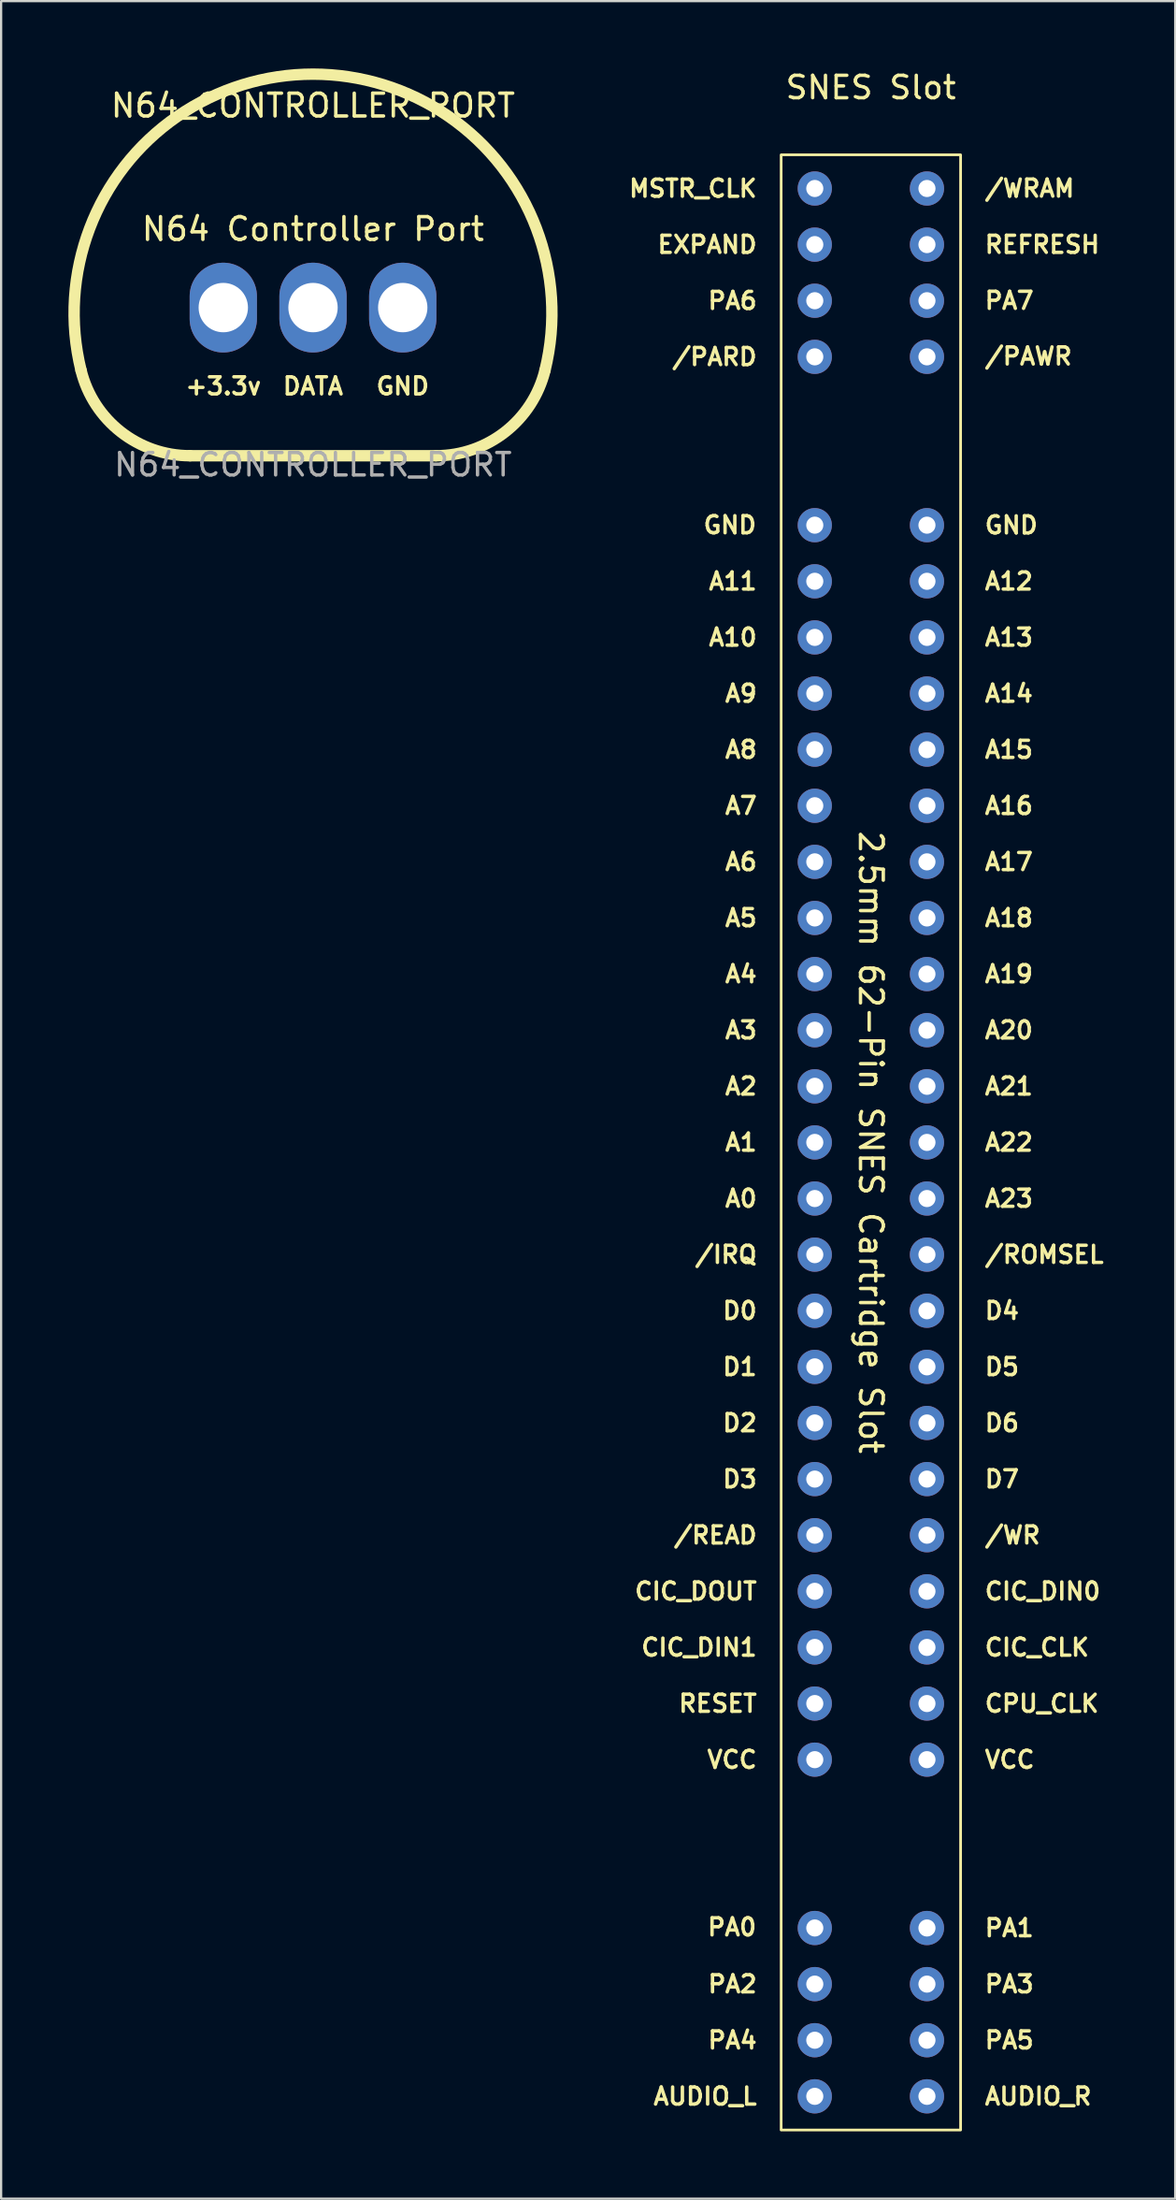
<source format=kicad_pcb>
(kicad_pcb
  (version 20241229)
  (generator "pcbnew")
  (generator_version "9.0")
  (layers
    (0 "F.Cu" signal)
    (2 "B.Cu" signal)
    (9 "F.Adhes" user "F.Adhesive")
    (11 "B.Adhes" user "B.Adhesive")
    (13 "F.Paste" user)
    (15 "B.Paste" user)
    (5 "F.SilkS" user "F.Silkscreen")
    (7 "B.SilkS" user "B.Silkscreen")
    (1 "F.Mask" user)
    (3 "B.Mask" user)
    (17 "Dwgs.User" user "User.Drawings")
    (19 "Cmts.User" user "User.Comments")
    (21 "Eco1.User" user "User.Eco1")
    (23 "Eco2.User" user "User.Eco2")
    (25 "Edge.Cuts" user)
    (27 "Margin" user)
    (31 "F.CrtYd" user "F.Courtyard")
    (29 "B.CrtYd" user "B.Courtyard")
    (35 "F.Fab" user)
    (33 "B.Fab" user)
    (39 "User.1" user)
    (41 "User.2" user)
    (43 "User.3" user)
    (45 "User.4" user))
  (footprint "N64_CONTROLLER_PORT"
    (layer "F.Cu")
    (at 10.904 10.654)
    (property "Reference" "N64_CONTROLLER_PORT" (at 0 -9 0) (unlocked yes) (layer "F.SilkS") (effects (font (size 1.016 1.016) (thickness 0.152))))
    (attr through_hole)
    (fp_line (start -5.486 6.6) (end 5.486 6.6) (stroke (width 0.508) (type solid)) (layer "F.SilkS"))
    (fp_arc (start -10.341521 2.79469) (mid 0 -10.4) (end 10.341521 2.79469) (stroke (width 0.508) (type solid)) (layer "F.SilkS"))
    (fp_arc (start -5.486347 6.6) (mid -8.570706 5.535317) (end -10.341521 2.79469) (stroke (width 0.508) (type solid)) (layer "F.SilkS"))
    (fp_arc (start 10.341521 2.79469) (mid 8.570707 5.535317) (end 5.486347 6.6) (stroke (width 0.508) (type solid)) (layer "F.SilkS"))
    (fp_text user "N64 Controller Port" (at 0 -3.5 0) (unlocked yes) (layer "F.SilkS") (effects (font (size 1.016 1.016) (thickness 0.152) (bold yes))))
    (fp_text user "GND" (at 4 3.5 0) (unlocked yes) (layer "F.SilkS") (effects (font (size 0.762 0.762) (thickness 0.152) (bold yes))))
    (fp_text user "DATA" (at 0 3.5 0) (unlocked yes) (layer "F.SilkS") (effects (font (size 0.762 0.762) (thickness 0.152) (bold yes))))
    (fp_text user "+3.3v" (at -4 3.5 0) (unlocked yes) (layer "F.SilkS") (effects (font (size 0.762 0.762) (thickness 0.152) (bold yes))))
    (fp_text user "${REFERENCE}" (at 0 7 0) (unlocked yes) (layer "F.Fab") (effects (font (size 1 1) (thickness 0.15))))
    (pad "1" thru_hole oval (at -4 0) (size 3 4) (drill 2.2) (layers "*.Cu" "*.Mask"))
    (pad "2" thru_hole oval (at 0 0) (size 3 4) (drill 2.2) (layers "*.Cu" "*.Mask"))
    (pad "3" thru_hole oval (at 4 0) (size 3 4) (drill 2.2) (layers "*.Cu" "*.Mask")))
  (footprint "SNES Slot"
    (layer "F.Cu")
    (at 35.773 47.848)
    (property "Reference" "SNES Slot" (at 0 -47 0) (unlocked yes) (layer "F.SilkS") (effects (font (size 1 1) (thickness 0.15))))
    (attr through_hole)
    (fp_rect (start -4 -44) (end 4 44) (stroke (width 0.12) (type solid)) (fill no) (layer "F.SilkS"))
    (fp_text user "/PAWR" (at 4.999 -35.026 0) (unlocked yes) (layer "F.SilkS") (effects (font (size 0.762 0.762) (thickness 0.152)) (justify left)))
    (fp_text user "/WRAM" (at 4.999 -42.504 0) (unlocked yes) (layer "F.SilkS") (effects (font (size 0.762 0.762) (thickness 0.152)) (justify left)))
    (fp_text user "2.5mm 62-Pin SNES Cartridge Slot" (at 0 0 270) (unlocked yes) (layer "F.SilkS") (effects (font (size 1.016 1.016) (thickness 0.152))))
    (fp_text user "/PARD" (at -5 -35 0) (unlocked yes) (layer "F.SilkS") (effects (font (size 0.762 0.762) (thickness 0.152)) (justify right)))
    (fp_text user "D3" (at -5 15 0) (unlocked yes) (layer "F.SilkS") (effects (font (size 0.762 0.762) (thickness 0.152)) (justify right)))
    (fp_text user "VCC" (at 5 27.5 0) (unlocked yes) (layer "F.SilkS") (effects (font (size 0.762 0.762) (thickness 0.152)) (justify left)))
    (fp_text user "D4" (at 5 7.5 0) (unlocked yes) (layer "F.SilkS") (effects (font (size 0.762 0.762) (thickness 0.152)) (justify left)))
    (fp_text user "PA6" (at -5 -37.5 0) (unlocked yes) (layer "F.SilkS") (effects (font (size 0.762 0.762) (thickness 0.152)) (justify right)))
    (fp_text user "/READ" (at -5 17.5 0) (unlocked yes) (layer "F.SilkS") (effects (font (size 0.762 0.762) (thickness 0.152)) (justify right)))
    (fp_text user "PA1" (at 5 35 0) (unlocked yes) (layer "F.SilkS") (effects (font (size 0.762 0.762) (thickness 0.152)) (justify left)))
    (fp_text user "GND" (at -5.021 -27.506 0) (unlocked yes) (layer "F.SilkS") (effects (font (size 0.762 0.762) (thickness 0.152)) (justify right)))
    (fp_text user "GND" (at 5 -27.5 0) (unlocked yes) (layer "F.SilkS") (effects (font (size 0.762 0.762) (thickness 0.152)) (justify left)))
    (fp_text user "AUDIO_R" (at 5 42.5 0) (unlocked yes) (layer "F.SilkS") (effects (font (size 0.762 0.762) (thickness 0.152)) (justify left)))
    (fp_text user "A7" (at -5 -15 0) (unlocked yes) (layer "F.SilkS") (effects (font (size 0.762 0.762) (thickness 0.152)) (justify right)))
    (fp_text user "A23" (at 5 2.5 0) (unlocked yes) (layer "F.SilkS") (effects (font (size 0.762 0.762) (thickness 0.152)) (justify left)))
    (fp_text user "D6" (at 5 12.5 0) (unlocked yes) (layer "F.SilkS") (effects (font (size 0.762 0.762) (thickness 0.152)) (justify left)))
    (fp_text user "A3" (at -5 -5 0) (unlocked yes) (layer "F.SilkS") (effects (font (size 0.762 0.762) (thickness 0.152)) (justify right)))
    (fp_text user "REFRESH" (at 5 -40 0) (unlocked yes) (layer "F.SilkS") (effects (font (size 0.762 0.762) (thickness 0.152)) (justify left)))
    (fp_text user "A20" (at 5 -5 0) (unlocked yes) (layer "F.SilkS") (effects (font (size 0.762 0.762) (thickness 0.152)) (justify left)))
    (fp_text user "RESET" (at -5 25 0) (unlocked yes) (layer "F.SilkS") (effects (font (size 0.762 0.762) (thickness 0.152)) (justify right)))
    (fp_text user "PA4" (at -5 40 0) (unlocked yes) (layer "F.SilkS") (effects (font (size 0.762 0.762) (thickness 0.152)) (justify right)))
    (fp_text user "PA3" (at 5 37.5 0) (unlocked yes) (layer "F.SilkS") (effects (font (size 0.762 0.762) (thickness 0.152)) (justify left)))
    (fp_text user "A14" (at 5 -20 0) (unlocked yes) (layer "F.SilkS") (effects (font (size 0.762 0.762) (thickness 0.152)) (justify left)))
    (fp_text user "A1" (at -5 0 0) (unlocked yes) (layer "F.SilkS") (effects (font (size 0.762 0.762) (thickness 0.152)) (justify right)))
    (fp_text user "PA0" (at -5.021 34.962 0) (unlocked yes) (layer "F.SilkS") (effects (font (size 0.762 0.762) (thickness 0.152)) (justify right)))
    (fp_text user "CIC_CLK" (at 5 22.5 0) (unlocked yes) (layer "F.SilkS") (effects (font (size 0.762 0.762) (thickness 0.152)) (justify left)))
    (fp_text user "A8" (at -5 -17.5 0) (unlocked yes) (layer "F.SilkS") (effects (font (size 0.762 0.762) (thickness 0.152)) (justify right)))
    (fp_text user "CPU_CLK" (at 5 25 0) (unlocked yes) (layer "F.SilkS") (effects (font (size 0.762 0.762) (thickness 0.152)) (justify left)))
    (fp_text user "A9" (at -5 -20 0) (unlocked yes) (layer "F.SilkS") (effects (font (size 0.762 0.762) (thickness 0.152)) (justify right)))
    (fp_text user "A2" (at -5 -2.5 0) (unlocked yes) (layer "F.SilkS") (effects (font (size 0.762 0.762) (thickness 0.152)) (justify right)))
    (fp_text user "MSTR_CLK" (at -5 -42.5 0) (unlocked yes) (layer "F.SilkS") (effects (font (size 0.762 0.762) (thickness 0.152)) (justify right)))
    (fp_text user "A12" (at 5 -25 0) (unlocked yes) (layer "F.SilkS") (effects (font (size 0.762 0.762) (thickness 0.152)) (justify left)))
    (fp_text user "A17" (at 5 -12.5 0) (unlocked yes) (layer "F.SilkS") (effects (font (size 0.762 0.762) (thickness 0.152)) (justify left)))
    (fp_text user "D2" (at -5 12.5 0) (unlocked yes) (layer "F.SilkS") (effects (font (size 0.762 0.762) (thickness 0.152)) (justify right)))
    (fp_text user "D7" (at 5 15 0) (unlocked yes) (layer "F.SilkS") (effects (font (size 0.762 0.762) (thickness 0.152)) (justify left)))
    (fp_text user "A18" (at 5 -10 0) (unlocked yes) (layer "F.SilkS") (effects (font (size 0.762 0.762) (thickness 0.152)) (justify left)))
    (fp_text user "PA5" (at 5 40 0) (unlocked yes) (layer "F.SilkS") (effects (font (size 0.762 0.762) (thickness 0.152)) (justify left)))
    (fp_text user "A16" (at 5 -15 0) (unlocked yes) (layer "F.SilkS") (effects (font (size 0.762 0.762) (thickness 0.152)) (justify left)))
    (fp_text user "A0" (at -5 2.5 0) (unlocked yes) (layer "F.SilkS") (effects (font (size 0.762 0.762) (thickness 0.152)) (justify right)))
    (fp_text user "CIC_DIN1" (at -5 22.5 0) (unlocked yes) (layer "F.SilkS") (effects (font (size 0.762 0.762) (thickness 0.152)) (justify right)))
    (fp_text user "D0" (at -5 7.5 0) (unlocked yes) (layer "F.SilkS") (effects (font (size 0.762 0.762) (thickness 0.152)) (justify right)))
    (fp_text user "A6" (at -5 -12.5 0) (unlocked yes) (layer "F.SilkS") (effects (font (size 0.762 0.762) (thickness 0.152)) (justify right)))
    (fp_text user "A19" (at 5 -7.5 0) (unlocked yes) (layer "F.SilkS") (effects (font (size 0.762 0.762) (thickness 0.152)) (justify left)))
    (fp_text user "PA7" (at 4.999 -37.504 0) (unlocked yes) (layer "F.SilkS") (effects (font (size 0.762 0.762) (thickness 0.152)) (justify left)))
    (fp_text user "A22" (at 5 0 0) (unlocked yes) (layer "F.SilkS") (effects (font (size 0.762 0.762) (thickness 0.152)) (justify left)))
    (fp_text user "/ROMSEL" (at 5 5 0) (unlocked yes) (layer "F.SilkS") (effects (font (size 0.762 0.762) (thickness 0.152)) (justify left)))
    (fp_text user "A21" (at 5 -2.5 0) (unlocked yes) (layer "F.SilkS") (effects (font (size 0.762 0.762) (thickness 0.152)) (justify left)))
    (fp_text user "A10" (at -5 -22.5 0) (unlocked yes) (layer "F.SilkS") (effects (font (size 0.762 0.762) (thickness 0.152)) (justify right)))
    (fp_text user "PA2" (at -5 37.5 0) (unlocked yes) (layer "F.SilkS") (effects (font (size 0.762 0.762) (thickness 0.152)) (justify right)))
    (fp_text user "A11" (at -5 -25 0) (unlocked yes) (layer "F.SilkS") (effects (font (size 0.762 0.762) (thickness 0.152)) (justify right)))
    (fp_text user "EXPAND" (at -5 -40 0) (unlocked yes) (layer "F.SilkS") (effects (font (size 0.762 0.762) (thickness 0.152)) (justify right)))
    (fp_text user "CIC_DOUT" (at -5 20 0) (unlocked yes) (layer "F.SilkS") (effects (font (size 0.762 0.762) (thickness 0.152)) (justify right)))
    (fp_text user "D5" (at 5 10 0) (unlocked yes) (layer "F.SilkS") (effects (font (size 0.762 0.762) (thickness 0.152)) (justify left)))
    (fp_text user "A13" (at 5 -22.5 0) (unlocked yes) (layer "F.SilkS") (effects (font (size 0.762 0.762) (thickness 0.152)) (justify left)))
    (fp_text user "VCC" (at -5 27.5 0) (unlocked yes) (layer "F.SilkS") (effects (font (size 0.762 0.762) (thickness 0.152)) (justify right)))
    (fp_text user "A5" (at -5 -10 0) (unlocked yes) (layer "F.SilkS") (effects (font (size 0.762 0.762) (thickness 0.152)) (justify right)))
    (fp_text user "A4" (at -5 -7.5 0) (unlocked yes) (layer "F.SilkS") (effects (font (size 0.762 0.762) (thickness 0.152)) (justify right)))
    (fp_text user "D1" (at -5 10 0) (unlocked yes) (layer "F.SilkS") (effects (font (size 0.762 0.762) (thickness 0.152)) (justify right)))
    (fp_text user "/WR" (at 5 17.5 0) (unlocked yes) (layer "F.SilkS") (effects (font (size 0.762 0.762) (thickness 0.152)) (justify left)))
    (fp_text user "CIC_DIN0" (at 5 20 0) (unlocked yes) (layer "F.SilkS") (effects (font (size 0.762 0.762) (thickness 0.152)) (justify left)))
    (fp_text user "AUDIO_L" (at -5 42.5 0) (unlocked yes) (layer "F.SilkS") (effects (font (size 0.762 0.762) (thickness 0.152)) (justify right)))
    (fp_text user "/IRQ" (at -5 5 0) (unlocked yes) (layer "F.SilkS") (effects (font (size 0.762 0.762) (thickness 0.152)) (justify right)))
    (fp_text user "A15" (at 5 -17.5 0) (unlocked yes) (layer "F.SilkS") (effects (font (size 0.762 0.762) (thickness 0.152)) (justify left)))
    (pad "1" thru_hole circle (at -2.5 -42.5) (size 1.524 1.524) (drill 0.762) (layers "*.Cu" "*.Mask"))
    (pad "2" thru_hole circle (at -2.5 -40) (size 1.524 1.524) (drill 0.762) (layers "*.Cu" "*.Mask"))
    (pad "3" thru_hole circle (at -2.5 -37.5) (size 1.524 1.524) (drill 0.762) (layers "*.Cu" "*.Mask"))
    (pad "4" thru_hole circle (at -2.5 -35) (size 1.524 1.524) (drill 0.762) (layers "*.Cu" "*.Mask"))
    (pad "5" thru_hole circle (at -2.5 -27.5) (size 1.524 1.524) (drill 0.762) (layers "*.Cu" "*.Mask"))
    (pad "6" thru_hole circle (at -2.5 -25) (size 1.524 1.524) (drill 0.762) (layers "*.Cu" "*.Mask"))
    (pad "7" thru_hole circle (at -2.5 -22.5) (size 1.524 1.524) (drill 0.762) (layers "*.Cu" "*.Mask"))
    (pad "8" thru_hole circle (at -2.5 -20) (size 1.524 1.524) (drill 0.762) (layers "*.Cu" "*.Mask"))
    (pad "9" thru_hole circle (at -2.5 -17.5) (size 1.524 1.524) (drill 0.762) (layers "*.Cu" "*.Mask"))
    (pad "10" thru_hole circle (at -2.5 -15) (size 1.524 1.524) (drill 0.762) (layers "*.Cu" "*.Mask"))
    (pad "11" thru_hole circle (at -2.5 -12.5) (size 1.524 1.524) (drill 0.762) (layers "*.Cu" "*.Mask"))
    (pad "12" thru_hole circle (at -2.5 -10) (size 1.524 1.524) (drill 0.762) (layers "*.Cu" "*.Mask"))
    (pad "13" thru_hole circle (at -2.5 -7.5) (size 1.524 1.524) (drill 0.762) (layers "*.Cu" "*.Mask"))
    (pad "14" thru_hole circle (at -2.5 -5) (size 1.524 1.524) (drill 0.762) (layers "*.Cu" "*.Mask"))
    (pad "15" thru_hole circle (at -2.5 -2.5) (size 1.524 1.524) (drill 0.762) (layers "*.Cu" "*.Mask"))
    (pad "16" thru_hole circle (at -2.5 0) (size 1.524 1.524) (drill 0.762) (layers "*.Cu" "*.Mask"))
    (pad "17" thru_hole circle (at -2.5 2.5) (size 1.524 1.524) (drill 0.762) (layers "*.Cu" "*.Mask"))
    (pad "18" thru_hole circle (at -2.5 5) (size 1.524 1.524) (drill 0.762) (layers "*.Cu" "*.Mask"))
    (pad "19" thru_hole circle (at -2.5 7.5) (size 1.524 1.524) (drill 0.762) (layers "*.Cu" "*.Mask"))
    (pad "20" thru_hole circle (at -2.5 10) (size 1.524 1.524) (drill 0.762) (layers "*.Cu" "*.Mask"))
    (pad "21" thru_hole circle (at -2.5 12.5) (size 1.524 1.524) (drill 0.762) (layers "*.Cu" "*.Mask"))
    (pad "22" thru_hole circle (at -2.5 15) (size 1.524 1.524) (drill 0.762) (layers "*.Cu" "*.Mask"))
    (pad "23" thru_hole circle (at -2.5 17.5) (size 1.524 1.524) (drill 0.762) (layers "*.Cu" "*.Mask"))
    (pad "24" thru_hole circle (at -2.5 20) (size 1.524 1.524) (drill 0.762) (layers "*.Cu" "*.Mask"))
    (pad "25" thru_hole circle (at -2.5 22.5) (size 1.524 1.524) (drill 0.762) (layers "*.Cu" "*.Mask"))
    (pad "26" thru_hole circle (at -2.5 25) (size 1.524 1.524) (drill 0.762) (layers "*.Cu" "*.Mask"))
    (pad "27" thru_hole circle (at -2.5 27.5) (size 1.524 1.524) (drill 0.762) (layers "*.Cu" "*.Mask"))
    (pad "28" thru_hole circle (at -2.5 35) (size 1.524 1.524) (drill 0.762) (layers "*.Cu" "*.Mask"))
    (pad "29" thru_hole circle (at -2.5 37.5) (size 1.524 1.524) (drill 0.762) (layers "*.Cu" "*.Mask"))
    (pad "30" thru_hole circle (at -2.5 40) (size 1.524 1.524) (drill 0.762) (layers "*.Cu" "*.Mask"))
    (pad "31" thru_hole circle (at -2.5 42.5) (size 1.524 1.524) (drill 0.762) (layers "*.Cu" "*.Mask"))
    (pad "32" thru_hole circle (at 2.5 -42.5) (size 1.524 1.524) (drill 0.762) (layers "*.Cu" "*.Mask"))
    (pad "33" thru_hole circle (at 2.5 -40) (size 1.524 1.524) (drill 0.762) (layers "*.Cu" "*.Mask"))
    (pad "34" thru_hole circle (at 2.5 -37.5) (size 1.524 1.524) (drill 0.762) (layers "*.Cu" "*.Mask"))
    (pad "35" thru_hole circle (at 2.5 -35) (size 1.524 1.524) (drill 0.762) (layers "*.Cu" "*.Mask"))
    (pad "36" thru_hole circle (at 2.5 -27.5) (size 1.524 1.524) (drill 0.762) (layers "*.Cu" "*.Mask"))
    (pad "37" thru_hole circle (at 2.5 -25) (size 1.524 1.524) (drill 0.762) (layers "*.Cu" "*.Mask"))
    (pad "38" thru_hole circle (at 2.5 -22.5) (size 1.524 1.524) (drill 0.762) (layers "*.Cu" "*.Mask"))
    (pad "39" thru_hole circle (at 2.5 -20) (size 1.524 1.524) (drill 0.762) (layers "*.Cu" "*.Mask"))
    (pad "40" thru_hole circle (at 2.5 -17.5) (size 1.524 1.524) (drill 0.762) (layers "*.Cu" "*.Mask"))
    (pad "41" thru_hole circle (at 2.5 -15) (size 1.524 1.524) (drill 0.762) (layers "*.Cu" "*.Mask"))
    (pad "42" thru_hole circle (at 2.5 -12.5) (size 1.524 1.524) (drill 0.762) (layers "*.Cu" "*.Mask"))
    (pad "43" thru_hole circle (at 2.5 -10) (size 1.524 1.524) (drill 0.762) (layers "*.Cu" "*.Mask"))
    (pad "44" thru_hole circle (at 2.5 -7.5) (size 1.524 1.524) (drill 0.762) (layers "*.Cu" "*.Mask"))
    (pad "45" thru_hole circle (at 2.5 -5) (size 1.524 1.524) (drill 0.762) (layers "*.Cu" "*.Mask"))
    (pad "46" thru_hole circle (at 2.5 -2.5) (size 1.524 1.524) (drill 0.762) (layers "*.Cu" "*.Mask"))
    (pad "47" thru_hole circle (at 2.5 0) (size 1.524 1.524) (drill 0.762) (layers "*.Cu" "*.Mask"))
    (pad "48" thru_hole circle (at 2.5 2.5) (size 1.524 1.524) (drill 0.762) (layers "*.Cu" "*.Mask"))
    (pad "49" thru_hole circle (at 2.5 5) (size 1.524 1.524) (drill 0.762) (layers "*.Cu" "*.Mask"))
    (pad "50" thru_hole circle (at 2.5 7.5) (size 1.524 1.524) (drill 0.762) (layers "*.Cu" "*.Mask"))
    (pad "51" thru_hole circle (at 2.5 10) (size 1.524 1.524) (drill 0.762) (layers "*.Cu" "*.Mask"))
    (pad "52" thru_hole circle (at 2.5 12.5) (size 1.524 1.524) (drill 0.762) (layers "*.Cu" "*.Mask"))
    (pad "53" thru_hole circle (at 2.5 15) (size 1.524 1.524) (drill 0.762) (layers "*.Cu" "*.Mask"))
    (pad "54" thru_hole circle (at 2.5 17.5) (size 1.524 1.524) (drill 0.762) (layers "*.Cu" "*.Mask"))
    (pad "55" thru_hole circle (at 2.5 20) (size 1.524 1.524) (drill 0.762) (layers "*.Cu" "*.Mask"))
    (pad "56" thru_hole circle (at 2.5 22.5) (size 1.524 1.524) (drill 0.762) (layers "*.Cu" "*.Mask"))
    (pad "57" thru_hole circle (at 2.5 25) (size 1.524 1.524) (drill 0.762) (layers "*.Cu" "*.Mask"))
    (pad "58" thru_hole circle (at 2.5 27.5) (size 1.524 1.524) (drill 0.762) (layers "*.Cu" "*.Mask"))
    (pad "59" thru_hole circle (at 2.5 35) (size 1.524 1.524) (drill 0.762) (layers "*.Cu" "*.Mask"))
    (pad "60" thru_hole circle (at 2.5 37.5) (size 1.524 1.524) (drill 0.762) (layers "*.Cu" "*.Mask"))
    (pad "61" thru_hole circle (at 2.5 40) (size 1.524 1.524) (drill 0.762) (layers "*.Cu" "*.Mask"))
    (pad "62" thru_hole circle (at 2.5 42.5) (size 1.524 1.524) (drill 0.762) (layers "*.Cu" "*.Mask")))
  (gr_rect
    (start -3 -3)
    (end 49.34 94.908)
    (stroke (width 0.1) (type default))
    (fill no)
    (layer "Edge.Cuts")))
</source>
